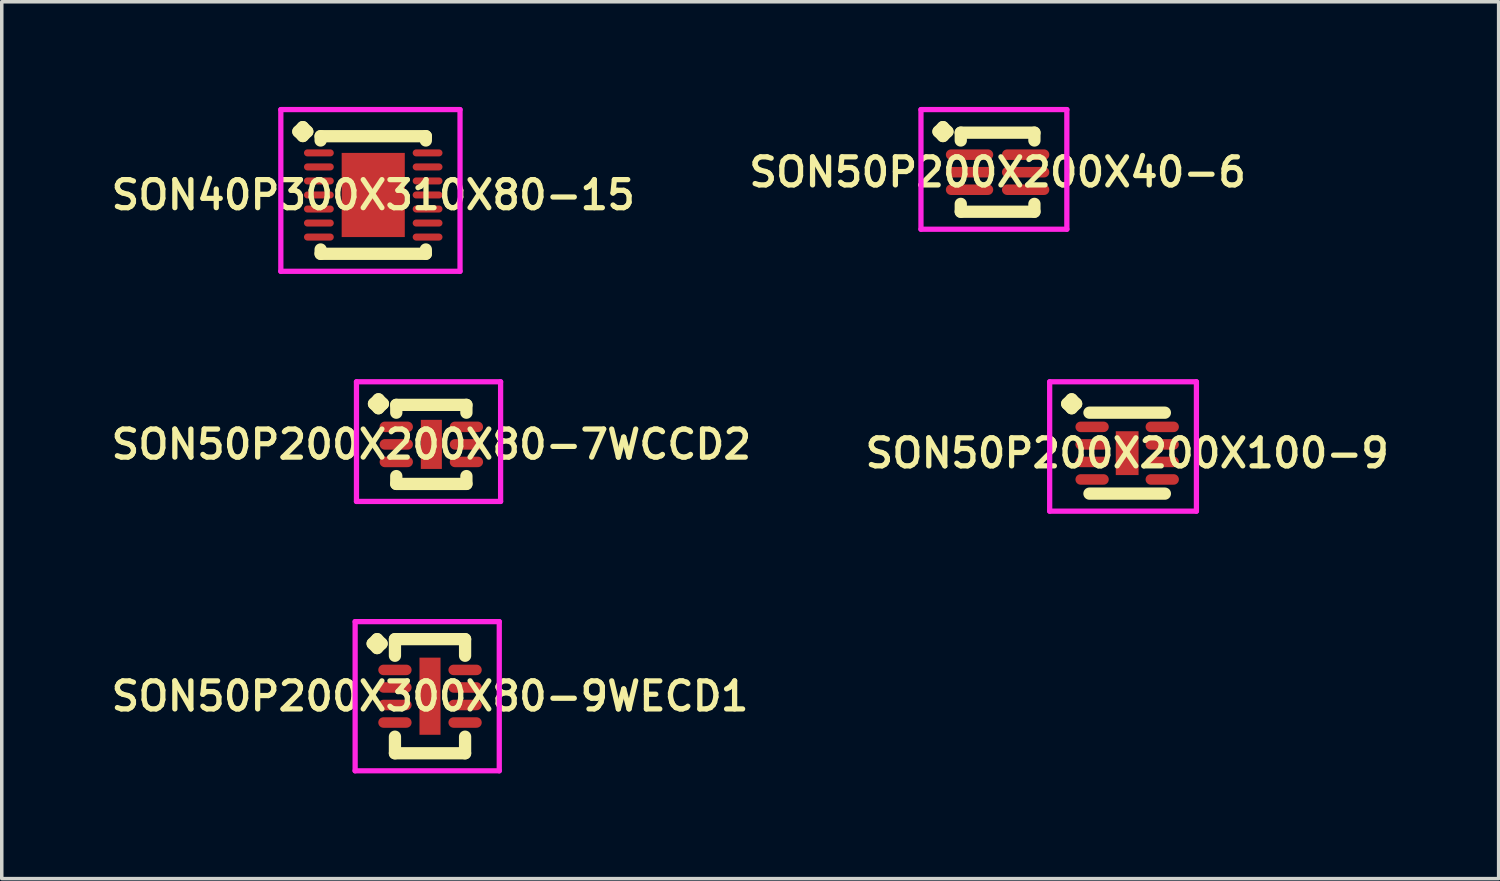
<source format=kicad_pcb>
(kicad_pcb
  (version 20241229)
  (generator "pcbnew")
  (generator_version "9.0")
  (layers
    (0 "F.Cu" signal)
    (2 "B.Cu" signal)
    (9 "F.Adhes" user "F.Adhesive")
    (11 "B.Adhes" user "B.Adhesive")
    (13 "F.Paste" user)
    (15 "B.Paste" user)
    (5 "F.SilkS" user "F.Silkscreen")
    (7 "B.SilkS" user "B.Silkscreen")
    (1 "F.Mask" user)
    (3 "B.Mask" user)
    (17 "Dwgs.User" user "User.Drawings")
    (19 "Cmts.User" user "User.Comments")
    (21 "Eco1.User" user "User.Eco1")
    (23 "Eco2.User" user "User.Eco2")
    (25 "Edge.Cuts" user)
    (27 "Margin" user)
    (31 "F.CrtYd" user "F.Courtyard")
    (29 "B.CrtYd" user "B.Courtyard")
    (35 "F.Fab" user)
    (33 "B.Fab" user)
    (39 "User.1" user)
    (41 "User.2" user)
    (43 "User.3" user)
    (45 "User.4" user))
  (footprint "SON50P200X300X80-9WECD1"
    (layer "F.Cu")
    (at 9.212 16.803)
    (property "Reference" "SON50P200X300X80-9WECD1" (at 0 0 0) (layer "F.SilkS") (effects (font (size 0.8 0.8) (thickness 0.15))))
    (attr through_hole)
    (fp_line (start -1.635 -1.5) (end -1.508 -1.627) (stroke (width 0.35) (type solid)) (layer "F.SilkS"))
    (fp_line (start -1.508 -1.627) (end -1.381 -1.5) (stroke (width 0.35) (type solid)) (layer "F.SilkS"))
    (fp_line (start -1.508 -1.373) (end -1.635 -1.5) (stroke (width 0.35) (type solid)) (layer "F.SilkS"))
    (fp_line (start -1.381 -1.5) (end -1.508 -1.373) (stroke (width 0.35) (type solid)) (layer "F.SilkS"))
    (fp_line (start -1 -1.627) (end 1 -1.627) (stroke (width 0.35) (type solid)) (layer "F.SilkS"))
    (fp_line (start -1 -1.154) (end -1 -1.627) (stroke (width 0.35) (type solid)) (layer "F.SilkS"))
    (fp_line (start -1 1.154) (end -1 1.627) (stroke (width 0.35) (type solid)) (layer "F.SilkS"))
    (fp_line (start -1 1.627) (end 1 1.627) (stroke (width 0.35) (type solid)) (layer "F.SilkS"))
    (fp_line (start 1 -1.627) (end 1 -1.154) (stroke (width 0.35) (type solid)) (layer "F.SilkS"))
    (fp_line (start 1 1.627) (end 1 1.154) (stroke (width 0.35) (type solid)) (layer "F.SilkS"))
    (fp_line (start -2.135 -2.127) (end 1.975 -2.127) (stroke (width 0.15) (type solid)) (layer "F.CrtYd"))
    (fp_line (start -2.135 2.127) (end -2.135 -2.127) (stroke (width 0.15) (type solid)) (layer "F.CrtYd"))
    (fp_line (start 1.975 -2.127) (end 1.975 2.127) (stroke (width 0.15) (type solid)) (layer "F.CrtYd"))
    (fp_line (start 1.975 2.127) (end -2.135 2.127) (stroke (width 0.15) (type solid)) (layer "F.CrtYd"))
    (pad "1" smd oval (at -1 -0.75) (size 0.95 0.3) (layers "F.Cu" "F.Mask" "F.Paste"))
    (pad "2" smd oval (at -1 -0.25) (size 0.95 0.3) (layers "F.Cu" "F.Mask" "F.Paste"))
    (pad "3" smd oval (at -1 0.25) (size 0.95 0.3) (layers "F.Cu" "F.Mask" "F.Paste"))
    (pad "4" smd oval (at -1 0.75) (size 0.95 0.3) (layers "F.Cu" "F.Mask" "F.Paste"))
    (pad "5" smd oval (at 1 0.75) (size 0.95 0.3) (layers "F.Cu" "F.Mask" "F.Paste"))
    (pad "6" smd oval (at 1 0.25) (size 0.95 0.3) (layers "F.Cu" "F.Mask" "F.Paste"))
    (pad "7" smd oval (at 1 -0.25) (size 0.95 0.3) (layers "F.Cu" "F.Mask" "F.Paste"))
    (pad "8" smd oval (at 1 -0.75) (size 0.95 0.3) (layers "F.Cu" "F.Mask" "F.Paste"))
    (pad "9" smd rect (at 0 0) (size 0.6 2.2) (layers "F.Cu" "F.Mask" "F.Paste")))
  (footprint "SON50P200X200X100-9"
    (layer "F.Cu")
    (at 29.092 9.872)
    (property "Reference" "SON50P200X200X100-9" (at 0 0 0) (layer "F.SilkS") (effects (font (size 0.8 0.8) (thickness 0.15))))
    (attr smd)
    (fp_line (start -1.71 -1.408) (end -1.583 -1.535) (stroke (width 0.35) (type solid)) (layer "F.SilkS"))
    (fp_line (start -1.583 -1.535) (end -1.456 -1.408) (stroke (width 0.35) (type solid)) (layer "F.SilkS"))
    (fp_line (start -1.583 -1.281) (end -1.71 -1.408) (stroke (width 0.35) (type solid)) (layer "F.SilkS"))
    (fp_line (start -1.456 -1.408) (end -1.583 -1.281) (stroke (width 0.35) (type solid)) (layer "F.SilkS"))
    (fp_line (start -1.075 -1.154) (end 1.075 -1.154) (stroke (width 0.35) (type solid)) (layer "F.SilkS"))
    (fp_line (start -1.075 1.154) (end 1.075 1.154) (stroke (width 0.35) (type solid)) (layer "F.SilkS"))
    (fp_line (start -2.21 -2.035) (end 1.975 -2.035) (stroke (width 0.15) (type solid)) (layer "F.CrtYd"))
    (fp_line (start -2.21 1.654) (end -2.21 -2.035) (stroke (width 0.15) (type solid)) (layer "F.CrtYd"))
    (fp_line (start 1.975 -2.035) (end 1.975 1.654) (stroke (width 0.15) (type solid)) (layer "F.CrtYd"))
    (fp_line (start 1.975 1.654) (end -2.21 1.654) (stroke (width 0.15) (type solid)) (layer "F.CrtYd"))
    (pad "1" smd oval (at -1 -0.75) (size 0.95 0.3) (layers "F.Cu" "F.Mask" "F.Paste"))
    (pad "2" smd oval (at -1 -0.25) (size 0.95 0.3) (layers "F.Cu" "F.Mask" "F.Paste"))
    (pad "3" smd oval (at -1 0.25) (size 0.95 0.3) (layers "F.Cu" "F.Mask" "F.Paste"))
    (pad "4" smd oval (at -1 0.75) (size 0.95 0.3) (layers "F.Cu" "F.Mask" "F.Paste"))
    (pad "5" smd oval (at 1 0.75) (size 0.95 0.3) (layers "F.Cu" "F.Mask" "F.Paste"))
    (pad "6" smd oval (at 1 0.25) (size 0.95 0.3) (layers "F.Cu" "F.Mask" "F.Paste"))
    (pad "7" smd oval (at 1 -0.25) (size 0.95 0.3) (layers "F.Cu" "F.Mask" "F.Paste"))
    (pad "8" smd oval (at 1 -0.75) (size 0.95 0.3) (layers "F.Cu" "F.Mask" "F.Paste"))
    (pad "9" smd rect (at 0 0) (size 0.65 1.25) (layers "F.Cu" "F.Mask" "F.Paste")))
  (footprint "SON40P300X310X80-15"
    (layer "F.Cu")
    (at 7.593 2.51)
    (property "Reference" "SON40P300X310X80-15" (at 0 0 0) (layer "F.SilkS") (effects (font (size 0.8 0.8) (thickness 0.15))))
    (attr through_hole)
    (fp_line (start -2.135 -1.808) (end -2.008 -1.935) (stroke (width 0.35) (type solid)) (layer "F.SilkS"))
    (fp_line (start -2.008 -1.935) (end -1.881 -1.808) (stroke (width 0.35) (type solid)) (layer "F.SilkS"))
    (fp_line (start -2.008 -1.681) (end -2.135 -1.808) (stroke (width 0.35) (type solid)) (layer "F.SilkS"))
    (fp_line (start -1.881 -1.808) (end -2.008 -1.681) (stroke (width 0.35) (type solid)) (layer "F.SilkS"))
    (fp_line (start -1.5 -1.677) (end 1.5 -1.677) (stroke (width 0.35) (type solid)) (layer "F.SilkS"))
    (fp_line (start -1.5 -1.554) (end -1.5 -1.677) (stroke (width 0.35) (type solid)) (layer "F.SilkS"))
    (fp_line (start -1.5 1.554) (end -1.5 1.677) (stroke (width 0.35) (type solid)) (layer "F.SilkS"))
    (fp_line (start -1.5 1.677) (end 1.5 1.677) (stroke (width 0.35) (type solid)) (layer "F.SilkS"))
    (fp_line (start 1.5 -1.677) (end 1.5 -1.554) (stroke (width 0.35) (type solid)) (layer "F.SilkS"))
    (fp_line (start 1.5 1.677) (end 1.5 1.554) (stroke (width 0.35) (type solid)) (layer "F.SilkS"))
    (fp_line (start -2.635 -2.435) (end 2.475 -2.435) (stroke (width 0.15) (type solid)) (layer "F.CrtYd"))
    (fp_line (start -2.635 2.177) (end -2.635 -2.435) (stroke (width 0.15) (type solid)) (layer "F.CrtYd"))
    (fp_line (start 2.475 -2.435) (end 2.475 2.177) (stroke (width 0.15) (type solid)) (layer "F.CrtYd"))
    (fp_line (start 2.475 2.177) (end -2.635 2.177) (stroke (width 0.15) (type solid)) (layer "F.CrtYd"))
    (pad "1" smd oval (at -1.55 -1.2) (size 0.85 0.2) (layers "F.Cu" "F.Mask" "F.Paste"))
    (pad "2" smd oval (at -1.55 -0.8) (size 0.85 0.2) (layers "F.Cu" "F.Mask" "F.Paste"))
    (pad "3" smd oval (at -1.55 -0.4) (size 0.85 0.2) (layers "F.Cu" "F.Mask" "F.Paste"))
    (pad "4" smd oval (at -1.55 0) (size 0.85 0.2) (layers "F.Cu" "F.Mask" "F.Paste"))
    (pad "5" smd oval (at -1.55 0.4) (size 0.85 0.2) (layers "F.Cu" "F.Mask" "F.Paste"))
    (pad "6" smd oval (at -1.55 0.8) (size 0.85 0.2) (layers "F.Cu" "F.Mask" "F.Paste"))
    (pad "7" smd oval (at -1.55 1.2) (size 0.85 0.2) (layers "F.Cu" "F.Mask" "F.Paste"))
    (pad "8" smd oval (at 1.55 1.2) (size 0.85 0.2) (layers "F.Cu" "F.Mask" "F.Paste"))
    (pad "9" smd oval (at 1.55 0.8) (size 0.85 0.2) (layers "F.Cu" "F.Mask" "F.Paste"))
    (pad "10" smd oval (at 1.55 0.4) (size 0.85 0.2) (layers "F.Cu" "F.Mask" "F.Paste"))
    (pad "11" smd oval (at 1.55 0) (size 0.85 0.2) (layers "F.Cu" "F.Mask" "F.Paste"))
    (pad "12" smd oval (at 1.55 -0.4) (size 0.85 0.2) (layers "F.Cu" "F.Mask" "F.Paste"))
    (pad "13" smd oval (at 1.55 -0.8) (size 0.85 0.2) (layers "F.Cu" "F.Mask" "F.Paste"))
    (pad "14" smd oval (at 1.55 -1.2) (size 0.85 0.2) (layers "F.Cu" "F.Mask" "F.Paste"))
    (pad "15" smd rect (at 0 0) (size 1.8 2.4) (layers "F.Cu" "F.Mask" "F.Paste")))
  (footprint "SON50P200X200X80-7WCCD2"
    (layer "F.Cu")
    (at 9.25 9.622)
    (property "Reference" "SON50P200X200X80-7WCCD2" (at 0 0 0) (layer "F.SilkS") (effects (font (size 0.8 0.8) (thickness 0.15))))
    (attr smd)
    (fp_line (start -1.635 -1.158) (end -1.508 -1.285) (stroke (width 0.35) (type solid)) (layer "F.SilkS"))
    (fp_line (start -1.508 -1.285) (end -1.381 -1.158) (stroke (width 0.35) (type solid)) (layer "F.SilkS"))
    (fp_line (start -1.508 -1.031) (end -1.635 -1.158) (stroke (width 0.35) (type solid)) (layer "F.SilkS"))
    (fp_line (start -1.381 -1.158) (end -1.508 -1.031) (stroke (width 0.35) (type solid)) (layer "F.SilkS"))
    (fp_line (start -1 -1.127) (end 1 -1.127) (stroke (width 0.35) (type solid)) (layer "F.SilkS"))
    (fp_line (start -1 -0.904) (end -1 -1.127) (stroke (width 0.35) (type solid)) (layer "F.SilkS"))
    (fp_line (start -1 0.904) (end -1 1.127) (stroke (width 0.35) (type solid)) (layer "F.SilkS"))
    (fp_line (start -1 1.127) (end 1 1.127) (stroke (width 0.35) (type solid)) (layer "F.SilkS"))
    (fp_line (start 1 -1.127) (end 1 -0.904) (stroke (width 0.35) (type solid)) (layer "F.SilkS"))
    (fp_line (start 1 1.127) (end 1 0.904) (stroke (width 0.35) (type solid)) (layer "F.SilkS"))
    (fp_line (start -2.135 -1.785) (end 1.975 -1.785) (stroke (width 0.15) (type solid)) (layer "F.CrtYd"))
    (fp_line (start -2.135 1.627) (end -2.135 -1.785) (stroke (width 0.15) (type solid)) (layer "F.CrtYd"))
    (fp_line (start 1.975 -1.785) (end 1.975 1.627) (stroke (width 0.15) (type solid)) (layer "F.CrtYd"))
    (fp_line (start 1.975 1.627) (end -2.135 1.627) (stroke (width 0.15) (type solid)) (layer "F.CrtYd"))
    (pad "1" smd oval (at -1 -0.5) (size 0.95 0.3) (layers "F.Cu" "F.Mask" "F.Paste"))
    (pad "2" smd oval (at -1 0) (size 0.95 0.3) (layers "F.Cu" "F.Mask" "F.Paste"))
    (pad "3" smd oval (at -1 0.5) (size 0.95 0.3) (layers "F.Cu" "F.Mask" "F.Paste"))
    (pad "4" smd oval (at 1 0.5) (size 0.95 0.3) (layers "F.Cu" "F.Mask" "F.Paste"))
    (pad "5" smd oval (at 1 0) (size 0.95 0.3) (layers "F.Cu" "F.Mask" "F.Paste"))
    (pad "6" smd oval (at 1 -0.5) (size 0.95 0.3) (layers "F.Cu" "F.Mask" "F.Paste"))
    (pad "7" smd rect (at 0 0) (size 0.6 1.4) (layers "F.Cu" "F.Mask" "F.Paste")))
  (footprint "SON50P200X200X40-6"
    (layer "F.Cu")
    (at 25.397 1.86)
    (property "Reference" "SON50P200X200X40-6" (at 0 0 0) (layer "F.SilkS") (effects (font (size 0.8 0.8) (thickness 0.15))))
    (attr smd)
    (fp_line (start -1.685 -1.158) (end -1.558 -1.285) (stroke (width 0.35) (type solid)) (layer "F.SilkS"))
    (fp_line (start -1.558 -1.285) (end -1.431 -1.158) (stroke (width 0.35) (type solid)) (layer "F.SilkS"))
    (fp_line (start -1.558 -1.031) (end -1.685 -1.158) (stroke (width 0.35) (type solid)) (layer "F.SilkS"))
    (fp_line (start -1.431 -1.158) (end -1.558 -1.031) (stroke (width 0.35) (type solid)) (layer "F.SilkS"))
    (fp_line (start -1.05 -1.127) (end 1.05 -1.127) (stroke (width 0.35) (type solid)) (layer "F.SilkS"))
    (fp_line (start -1.05 -0.904) (end -1.05 -1.127) (stroke (width 0.35) (type solid)) (layer "F.SilkS"))
    (fp_line (start -1.05 0.904) (end -1.05 1.127) (stroke (width 0.35) (type solid)) (layer "F.SilkS"))
    (fp_line (start -1.05 1.127) (end 1.05 1.127) (stroke (width 0.35) (type solid)) (layer "F.SilkS"))
    (fp_line (start 1.05 -1.127) (end 1.05 -0.904) (stroke (width 0.35) (type solid)) (layer "F.SilkS"))
    (fp_line (start 1.05 1.127) (end 1.05 0.904) (stroke (width 0.35) (type solid)) (layer "F.SilkS"))
    (fp_line (start -2.185 -1.785) (end 1.975 -1.785) (stroke (width 0.15) (type solid)) (layer "F.CrtYd"))
    (fp_line (start -2.185 1.627) (end -2.185 -1.785) (stroke (width 0.15) (type solid)) (layer "F.CrtYd"))
    (fp_line (start 1.975 -1.785) (end 1.975 1.627) (stroke (width 0.15) (type solid)) (layer "F.CrtYd"))
    (fp_line (start 1.975 1.627) (end -2.185 1.627) (stroke (width 0.15) (type solid)) (layer "F.CrtYd"))
    (pad "1" smd oval (at -0.8 -0.5) (size 1.35 0.3) (layers "F.Cu" "F.Mask" "F.Paste"))
    (pad "2" smd oval (at -0.8 0) (size 1.35 0.3) (layers "F.Cu" "F.Mask" "F.Paste"))
    (pad "3" smd oval (at -0.8 0.5) (size 1.35 0.3) (layers "F.Cu" "F.Mask" "F.Paste"))
    (pad "4" smd oval (at 0.8 0.5) (size 1.35 0.3) (layers "F.Cu" "F.Mask" "F.Paste"))
    (pad "5" smd oval (at 0.8 0) (size 1.35 0.3) (layers "F.Cu" "F.Mask" "F.Paste"))
    (pad "6" smd oval (at 0.8 -0.5) (size 1.35 0.3) (layers "F.Cu" "F.Mask" "F.Paste")))
  (gr_rect
    (start -3 -3)
    (end 39.685 22.005)
    (stroke (width 0.1) (type default))
    (fill no)
    (layer "Edge.Cuts")))
</source>
